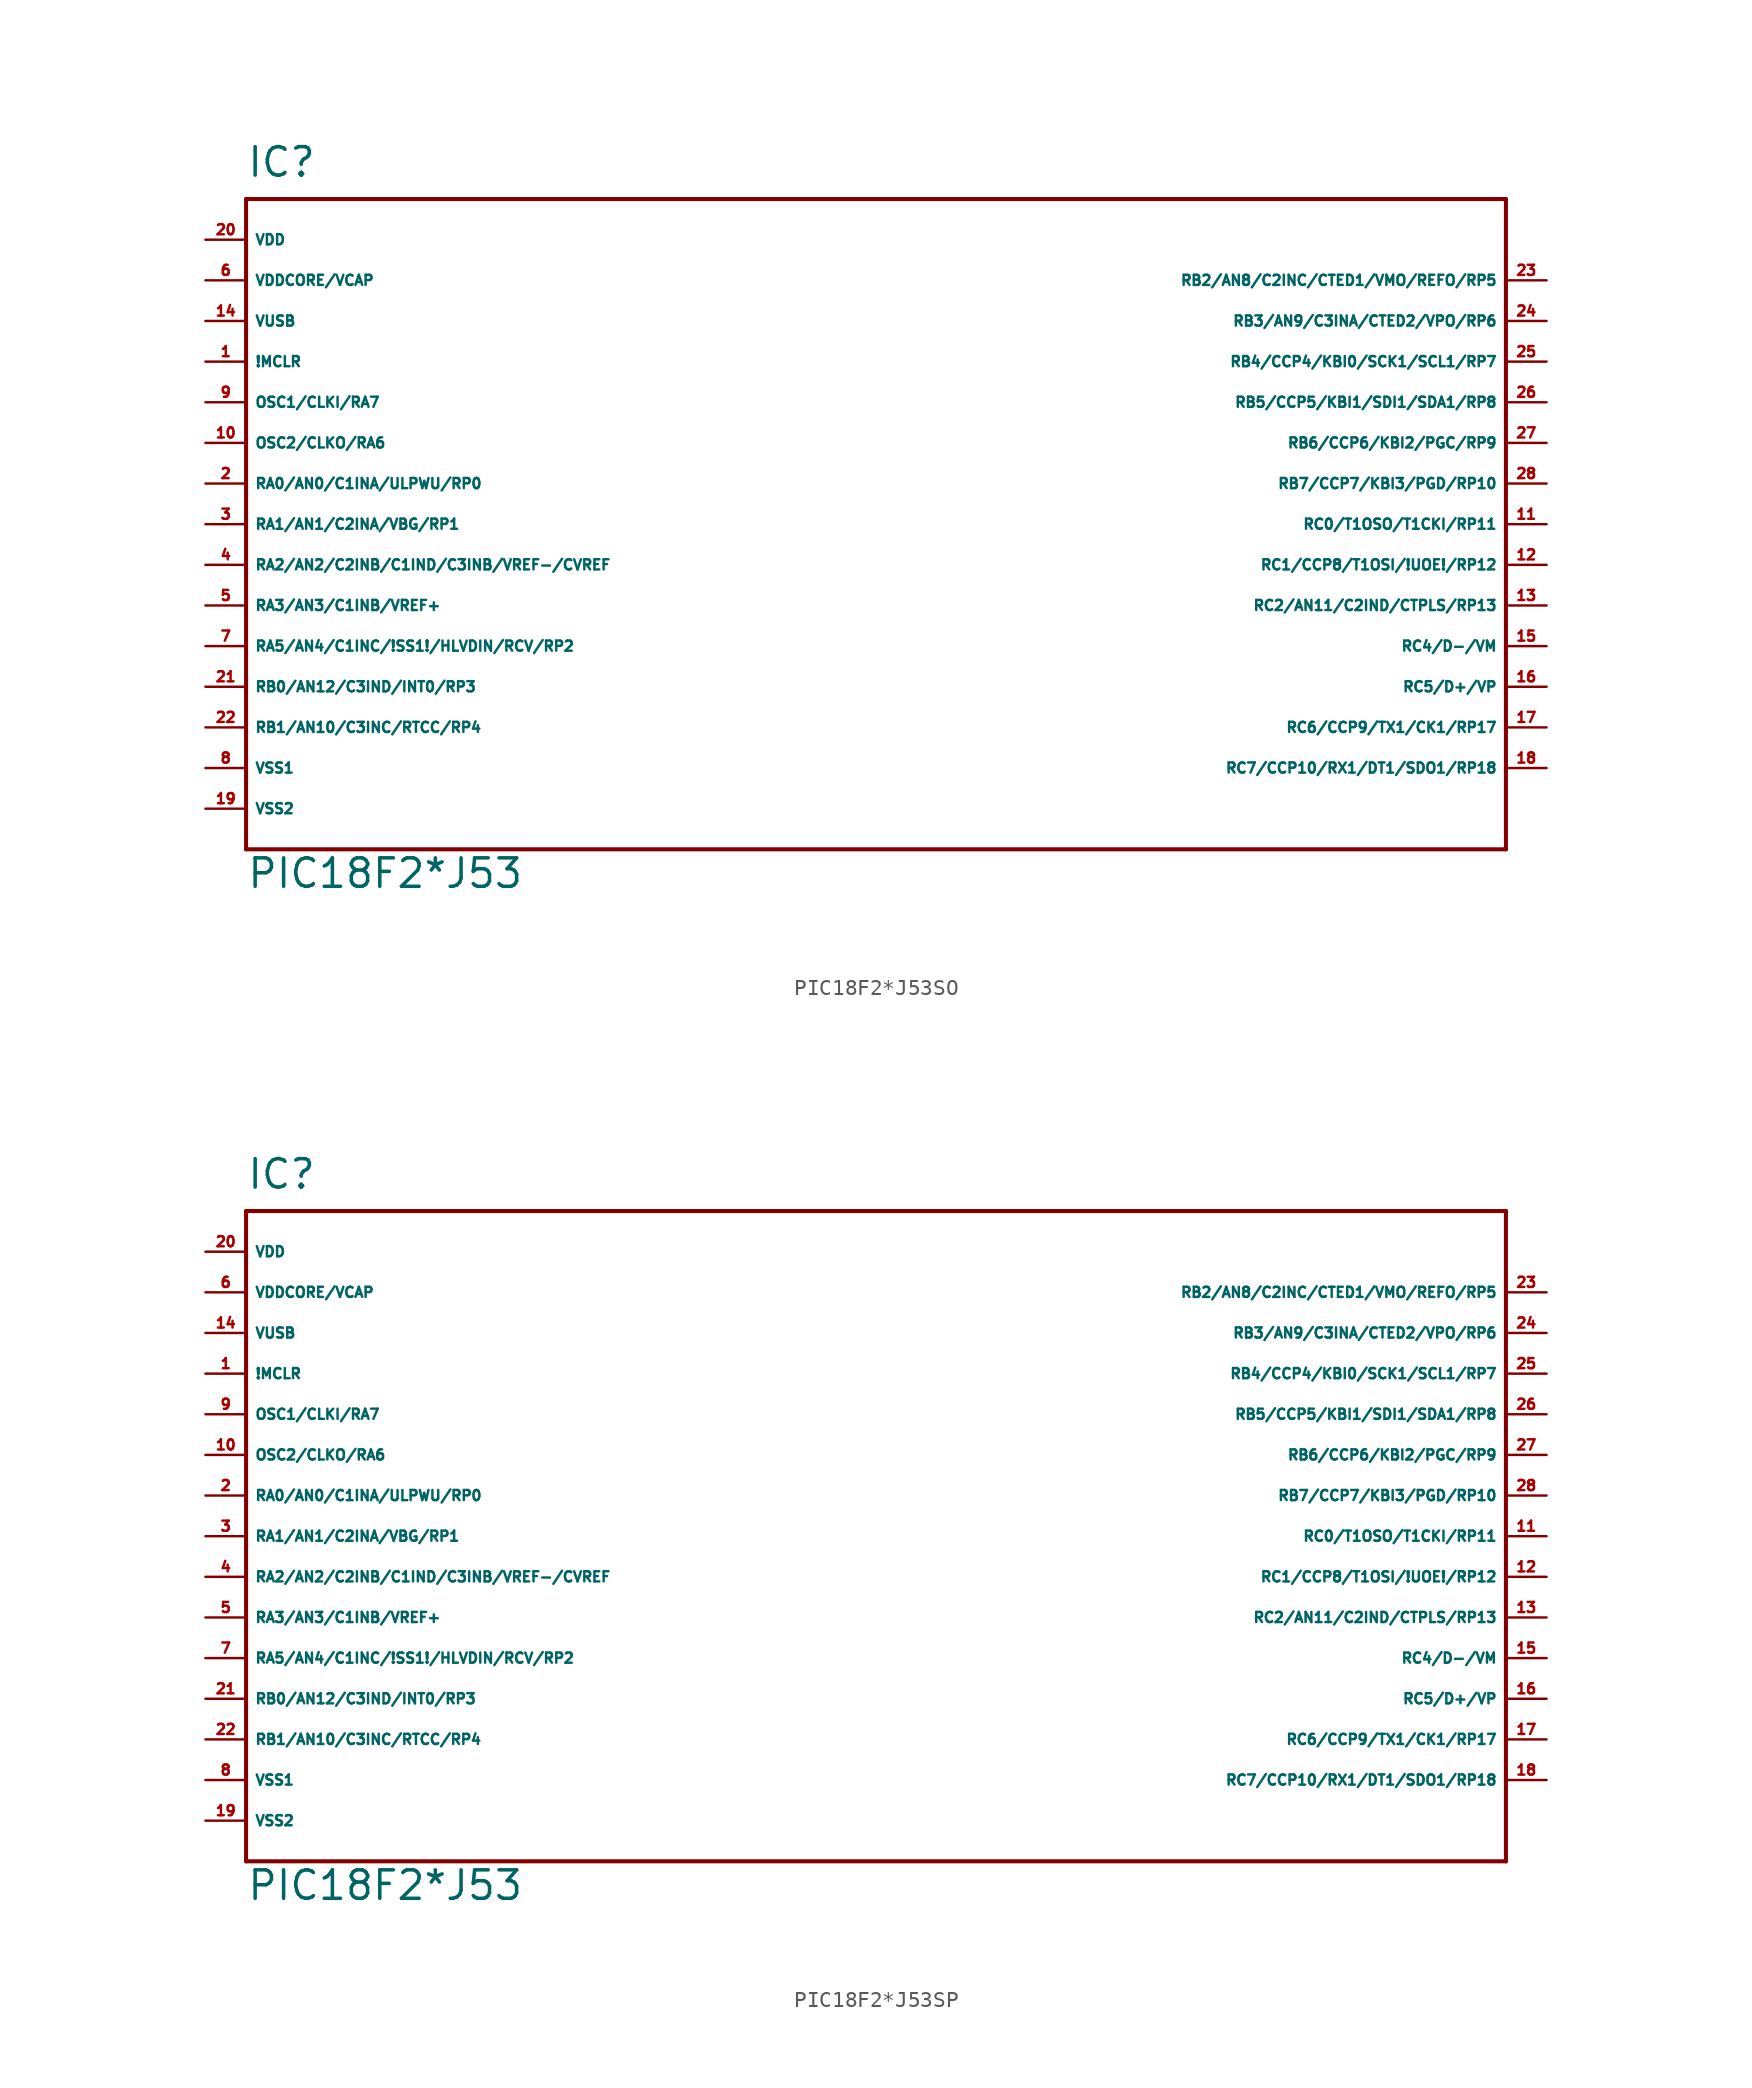
<source format=kicad_sym>
(kicad_symbol_lib
  (version 20220914)
  (generator Eagle2Kicad)
  (symbol "PIC18F2*J53SO"
    (property "Reference" "IC"
      (at -38.1 21.59 0)
      (effects (font (size 1.778 1.778) (thickness 0.22)) (justify left bottom)))
    (property "Value" "PIC18F2*J53"
      (at -38.1 -22.86 0)
      (effects (font (size 1.778 1.778) (thickness 0.22)) (justify left bottom)))
    (polyline
      (pts (xy -38.1 20.32) (xy 40.64 20.32))
      (stroke (width 0.254) (type default))
      (fill (type none)))
    (polyline
      (pts (xy 40.64 20.32) (xy 40.64 -20.32))
      (stroke (width 0.254) (type default))
      (fill (type none)))
    (polyline
      (pts (xy 40.64 -20.32) (xy -38.1 -20.32))
      (stroke (width 0.254) (type default))
      (fill (type none)))
    (polyline
      (pts (xy -38.1 -20.32) (xy -38.1 20.32))
      (stroke (width 0.254) (type default))
      (fill (type none)))
    (pin input line
      (at -40.64 10.16 0)
      (length 2.54)
      (name "!MCLR" (effects (font (size 0.635 0.635) (thickness 0.08)) (justify left bottom)))
      (number "1" (effects (font (size 0.635 0.635) (thickness 0.08)) (justify left bottom))))
    (pin bidirectional line
      (at -40.64 7.62 0)
      (length 2.54)
      (name "OSC1/CLKI/RA7" (effects (font (size 0.635 0.635) (thickness 0.08)) (justify left bottom)))
      (number "9" (effects (font (size 0.635 0.635) (thickness 0.08)) (justify left bottom))))
    (pin bidirectional line
      (at -40.64 5.08 0)
      (length 2.54)
      (name "OSC2/CLKO/RA6" (effects (font (size 0.635 0.635) (thickness 0.08)) (justify left bottom)))
      (number "10" (effects (font (size 0.635 0.635) (thickness 0.08)) (justify left bottom))))
    (pin bidirectional line
      (at -40.64 2.54 0)
      (length 2.54)
      (name "RA0/AN0/C1INA/ULPWU/RP0" (effects (font (size 0.635 0.635) (thickness 0.08)) (justify left bottom)))
      (number "2" (effects (font (size 0.635 0.635) (thickness 0.08)) (justify left bottom))))
    (pin bidirectional line
      (at -40.64 0 0)
      (length 2.54)
      (name "RA1/AN1/C2INA/VBG/RP1" (effects (font (size 0.635 0.635) (thickness 0.08)) (justify left bottom)))
      (number "3" (effects (font (size 0.635 0.635) (thickness 0.08)) (justify left bottom))))
    (pin bidirectional line
      (at -40.64 -2.54 0)
      (length 2.54)
      (name "RA2/AN2/C2INB/C1IND/C3INB/VREF-/CVREF" (effects (font (size 0.635 0.635) (thickness 0.08)) (justify left bottom)))
      (number "4" (effects (font (size 0.635 0.635) (thickness 0.08)) (justify left bottom))))
    (pin bidirectional line
      (at -40.64 -5.08 0)
      (length 2.54)
      (name "RA3/AN3/C1INB/VREF+" (effects (font (size 0.635 0.635) (thickness 0.08)) (justify left bottom)))
      (number "5" (effects (font (size 0.635 0.635) (thickness 0.08)) (justify left bottom))))
    (pin bidirectional line
      (at -40.64 -7.62 0)
      (length 2.54)
      (name "RA5/AN4/C1INC/!SS1!/HLVDIN/RCV/RP2" (effects (font (size 0.635 0.635) (thickness 0.08)) (justify left bottom)))
      (number "7" (effects (font (size 0.635 0.635) (thickness 0.08)) (justify left bottom))))
    (pin bidirectional line
      (at -40.64 -10.16 0)
      (length 2.54)
      (name "RB0/AN12/C3IND/INT0/RP3" (effects (font (size 0.635 0.635) (thickness 0.08)) (justify left bottom)))
      (number "21" (effects (font (size 0.635 0.635) (thickness 0.08)) (justify left bottom))))
    (pin bidirectional line
      (at -40.64 -12.7 0)
      (length 2.54)
      (name "RB1/AN10/C3INC/RTCC/RP4" (effects (font (size 0.635 0.635) (thickness 0.08)) (justify left bottom)))
      (number "22" (effects (font (size 0.635 0.635) (thickness 0.08)) (justify left bottom))))
    (pin bidirectional line
      (at 43.18 15.24 180)
      (length 2.54)
      (name "RB2/AN8/C2INC/CTED1/VMO/REFO/RP5" (effects (font (size 0.635 0.635) (thickness 0.08)) (justify left bottom)))
      (number "23" (effects (font (size 0.635 0.635) (thickness 0.08)) (justify left bottom))))
    (pin bidirectional line
      (at 43.18 12.7 180)
      (length 2.54)
      (name "RB3/AN9/C3INA/CTED2/VPO/RP6" (effects (font (size 0.635 0.635) (thickness 0.08)) (justify left bottom)))
      (number "24" (effects (font (size 0.635 0.635) (thickness 0.08)) (justify left bottom))))
    (pin bidirectional line
      (at 43.18 10.16 180)
      (length 2.54)
      (name "RB4/CCP4/KBI0/SCK1/SCL1/RP7" (effects (font (size 0.635 0.635) (thickness 0.08)) (justify left bottom)))
      (number "25" (effects (font (size 0.635 0.635) (thickness 0.08)) (justify left bottom))))
    (pin bidirectional line
      (at 43.18 7.62 180)
      (length 2.54)
      (name "RB5/CCP5/KBI1/SDI1/SDA1/RP8" (effects (font (size 0.635 0.635) (thickness 0.08)) (justify left bottom)))
      (number "26" (effects (font (size 0.635 0.635) (thickness 0.08)) (justify left bottom))))
    (pin bidirectional line
      (at 43.18 5.08 180)
      (length 2.54)
      (name "RB6/CCP6/KBI2/PGC/RP9" (effects (font (size 0.635 0.635) (thickness 0.08)) (justify left bottom)))
      (number "27" (effects (font (size 0.635 0.635) (thickness 0.08)) (justify left bottom))))
    (pin bidirectional line
      (at 43.18 2.54 180)
      (length 2.54)
      (name "RB7/CCP7/KBI3/PGD/RP10" (effects (font (size 0.635 0.635) (thickness 0.08)) (justify left bottom)))
      (number "28" (effects (font (size 0.635 0.635) (thickness 0.08)) (justify left bottom))))
    (pin bidirectional line
      (at 43.18 0 180)
      (length 2.54)
      (name "RC0/T1OSO/T1CKI/RP11" (effects (font (size 0.635 0.635) (thickness 0.08)) (justify left bottom)))
      (number "11" (effects (font (size 0.635 0.635) (thickness 0.08)) (justify left bottom))))
    (pin bidirectional line
      (at 43.18 -2.54 180)
      (length 2.54)
      (name "RC1/CCP8/T1OSI/!UOE!/RP12" (effects (font (size 0.635 0.635) (thickness 0.08)) (justify left bottom)))
      (number "12" (effects (font (size 0.635 0.635) (thickness 0.08)) (justify left bottom))))
    (pin bidirectional line
      (at 43.18 -5.08 180)
      (length 2.54)
      (name "RC2/AN11/C2IND/CTPLS/RP13" (effects (font (size 0.635 0.635) (thickness 0.08)) (justify left bottom)))
      (number "13" (effects (font (size 0.635 0.635) (thickness 0.08)) (justify left bottom))))
    (pin bidirectional line
      (at 43.18 -7.62 180)
      (length 2.54)
      (name "RC4/D-/VM" (effects (font (size 0.635 0.635) (thickness 0.08)) (justify left bottom)))
      (number "15" (effects (font (size 0.635 0.635) (thickness 0.08)) (justify left bottom))))
    (pin bidirectional line
      (at 43.18 -10.16 180)
      (length 2.54)
      (name "RC5/D+/VP" (effects (font (size 0.635 0.635) (thickness 0.08)) (justify left bottom)))
      (number "16" (effects (font (size 0.635 0.635) (thickness 0.08)) (justify left bottom))))
    (pin bidirectional line
      (at 43.18 -12.7 180)
      (length 2.54)
      (name "RC6/CCP9/TX1/CK1/RP17" (effects (font (size 0.635 0.635) (thickness 0.08)) (justify left bottom)))
      (number "17" (effects (font (size 0.635 0.635) (thickness 0.08)) (justify left bottom))))
    (pin bidirectional line
      (at 43.18 -15.24 180)
      (length 2.54)
      (name "RC7/CCP10/RX1/DT1/SDO1/RP18" (effects (font (size 0.635 0.635) (thickness 0.08)) (justify left bottom)))
      (number "18" (effects (font (size 0.635 0.635) (thickness 0.08)) (justify left bottom))))
    (pin input line
      (at -40.64 -15.24 0)
      (length 2.54)
      (name "VSS1" (effects (font (size 0.635 0.635) (thickness 0.08)) (justify left bottom)))
      (number "8" (effects (font (size 0.635 0.635) (thickness 0.08)) (justify left bottom))))
    (pin input line
      (at -40.64 -17.78 0)
      (length 2.54)
      (name "VSS2" (effects (font (size 0.635 0.635) (thickness 0.08)) (justify left bottom)))
      (number "19" (effects (font (size 0.635 0.635) (thickness 0.08)) (justify left bottom))))
    (pin input line
      (at -40.64 17.78 0)
      (length 2.54)
      (name "VDD" (effects (font (size 0.635 0.635) (thickness 0.08)) (justify left bottom)))
      (number "20" (effects (font (size 0.635 0.635) (thickness 0.08)) (justify left bottom))))
    (pin input line
      (at -40.64 15.24 0)
      (length 2.54)
      (name "VDDCORE/VCAP" (effects (font (size 0.635 0.635) (thickness 0.08)) (justify left bottom)))
      (number "6" (effects (font (size 0.635 0.635) (thickness 0.08)) (justify left bottom))))
    (pin input line
      (at -40.64 12.7 0)
      (length 2.54)
      (name "VUSB" (effects (font (size 0.635 0.635) (thickness 0.08)) (justify left bottom)))
      (number "14" (effects (font (size 0.635 0.635) (thickness 0.08)) (justify left bottom)))))
  (symbol "PIC18F2*J53SP"
    (property "Reference" "IC"
      (at -38.1 21.59 0)
      (effects (font (size 1.778 1.778) (thickness 0.22)) (justify left bottom)))
    (property "Value" "PIC18F2*J53"
      (at -38.1 -22.86 0)
      (effects (font (size 1.778 1.778) (thickness 0.22)) (justify left bottom)))
    (polyline
      (pts (xy -38.1 20.32) (xy 40.64 20.32))
      (stroke (width 0.254) (type default))
      (fill (type none)))
    (polyline
      (pts (xy 40.64 20.32) (xy 40.64 -20.32))
      (stroke (width 0.254) (type default))
      (fill (type none)))
    (polyline
      (pts (xy 40.64 -20.32) (xy -38.1 -20.32))
      (stroke (width 0.254) (type default))
      (fill (type none)))
    (polyline
      (pts (xy -38.1 -20.32) (xy -38.1 20.32))
      (stroke (width 0.254) (type default))
      (fill (type none)))
    (pin input line
      (at -40.64 10.16 0)
      (length 2.54)
      (name "!MCLR" (effects (font (size 0.635 0.635) (thickness 0.08)) (justify left bottom)))
      (number "1" (effects (font (size 0.635 0.635) (thickness 0.08)) (justify left bottom))))
    (pin bidirectional line
      (at -40.64 7.62 0)
      (length 2.54)
      (name "OSC1/CLKI/RA7" (effects (font (size 0.635 0.635) (thickness 0.08)) (justify left bottom)))
      (number "9" (effects (font (size 0.635 0.635) (thickness 0.08)) (justify left bottom))))
    (pin bidirectional line
      (at -40.64 5.08 0)
      (length 2.54)
      (name "OSC2/CLKO/RA6" (effects (font (size 0.635 0.635) (thickness 0.08)) (justify left bottom)))
      (number "10" (effects (font (size 0.635 0.635) (thickness 0.08)) (justify left bottom))))
    (pin bidirectional line
      (at -40.64 2.54 0)
      (length 2.54)
      (name "RA0/AN0/C1INA/ULPWU/RP0" (effects (font (size 0.635 0.635) (thickness 0.08)) (justify left bottom)))
      (number "2" (effects (font (size 0.635 0.635) (thickness 0.08)) (justify left bottom))))
    (pin bidirectional line
      (at -40.64 0 0)
      (length 2.54)
      (name "RA1/AN1/C2INA/VBG/RP1" (effects (font (size 0.635 0.635) (thickness 0.08)) (justify left bottom)))
      (number "3" (effects (font (size 0.635 0.635) (thickness 0.08)) (justify left bottom))))
    (pin bidirectional line
      (at -40.64 -2.54 0)
      (length 2.54)
      (name "RA2/AN2/C2INB/C1IND/C3INB/VREF-/CVREF" (effects (font (size 0.635 0.635) (thickness 0.08)) (justify left bottom)))
      (number "4" (effects (font (size 0.635 0.635) (thickness 0.08)) (justify left bottom))))
    (pin bidirectional line
      (at -40.64 -5.08 0)
      (length 2.54)
      (name "RA3/AN3/C1INB/VREF+" (effects (font (size 0.635 0.635) (thickness 0.08)) (justify left bottom)))
      (number "5" (effects (font (size 0.635 0.635) (thickness 0.08)) (justify left bottom))))
    (pin bidirectional line
      (at -40.64 -7.62 0)
      (length 2.54)
      (name "RA5/AN4/C1INC/!SS1!/HLVDIN/RCV/RP2" (effects (font (size 0.635 0.635) (thickness 0.08)) (justify left bottom)))
      (number "7" (effects (font (size 0.635 0.635) (thickness 0.08)) (justify left bottom))))
    (pin bidirectional line
      (at -40.64 -10.16 0)
      (length 2.54)
      (name "RB0/AN12/C3IND/INT0/RP3" (effects (font (size 0.635 0.635) (thickness 0.08)) (justify left bottom)))
      (number "21" (effects (font (size 0.635 0.635) (thickness 0.08)) (justify left bottom))))
    (pin bidirectional line
      (at -40.64 -12.7 0)
      (length 2.54)
      (name "RB1/AN10/C3INC/RTCC/RP4" (effects (font (size 0.635 0.635) (thickness 0.08)) (justify left bottom)))
      (number "22" (effects (font (size 0.635 0.635) (thickness 0.08)) (justify left bottom))))
    (pin bidirectional line
      (at 43.18 15.24 180)
      (length 2.54)
      (name "RB2/AN8/C2INC/CTED1/VMO/REFO/RP5" (effects (font (size 0.635 0.635) (thickness 0.08)) (justify left bottom)))
      (number "23" (effects (font (size 0.635 0.635) (thickness 0.08)) (justify left bottom))))
    (pin bidirectional line
      (at 43.18 12.7 180)
      (length 2.54)
      (name "RB3/AN9/C3INA/CTED2/VPO/RP6" (effects (font (size 0.635 0.635) (thickness 0.08)) (justify left bottom)))
      (number "24" (effects (font (size 0.635 0.635) (thickness 0.08)) (justify left bottom))))
    (pin bidirectional line
      (at 43.18 10.16 180)
      (length 2.54)
      (name "RB4/CCP4/KBI0/SCK1/SCL1/RP7" (effects (font (size 0.635 0.635) (thickness 0.08)) (justify left bottom)))
      (number "25" (effects (font (size 0.635 0.635) (thickness 0.08)) (justify left bottom))))
    (pin bidirectional line
      (at 43.18 7.62 180)
      (length 2.54)
      (name "RB5/CCP5/KBI1/SDI1/SDA1/RP8" (effects (font (size 0.635 0.635) (thickness 0.08)) (justify left bottom)))
      (number "26" (effects (font (size 0.635 0.635) (thickness 0.08)) (justify left bottom))))
    (pin bidirectional line
      (at 43.18 5.08 180)
      (length 2.54)
      (name "RB6/CCP6/KBI2/PGC/RP9" (effects (font (size 0.635 0.635) (thickness 0.08)) (justify left bottom)))
      (number "27" (effects (font (size 0.635 0.635) (thickness 0.08)) (justify left bottom))))
    (pin bidirectional line
      (at 43.18 2.54 180)
      (length 2.54)
      (name "RB7/CCP7/KBI3/PGD/RP10" (effects (font (size 0.635 0.635) (thickness 0.08)) (justify left bottom)))
      (number "28" (effects (font (size 0.635 0.635) (thickness 0.08)) (justify left bottom))))
    (pin bidirectional line
      (at 43.18 0 180)
      (length 2.54)
      (name "RC0/T1OSO/T1CKI/RP11" (effects (font (size 0.635 0.635) (thickness 0.08)) (justify left bottom)))
      (number "11" (effects (font (size 0.635 0.635) (thickness 0.08)) (justify left bottom))))
    (pin bidirectional line
      (at 43.18 -2.54 180)
      (length 2.54)
      (name "RC1/CCP8/T1OSI/!UOE!/RP12" (effects (font (size 0.635 0.635) (thickness 0.08)) (justify left bottom)))
      (number "12" (effects (font (size 0.635 0.635) (thickness 0.08)) (justify left bottom))))
    (pin bidirectional line
      (at 43.18 -5.08 180)
      (length 2.54)
      (name "RC2/AN11/C2IND/CTPLS/RP13" (effects (font (size 0.635 0.635) (thickness 0.08)) (justify left bottom)))
      (number "13" (effects (font (size 0.635 0.635) (thickness 0.08)) (justify left bottom))))
    (pin bidirectional line
      (at 43.18 -7.62 180)
      (length 2.54)
      (name "RC4/D-/VM" (effects (font (size 0.635 0.635) (thickness 0.08)) (justify left bottom)))
      (number "15" (effects (font (size 0.635 0.635) (thickness 0.08)) (justify left bottom))))
    (pin bidirectional line
      (at 43.18 -10.16 180)
      (length 2.54)
      (name "RC5/D+/VP" (effects (font (size 0.635 0.635) (thickness 0.08)) (justify left bottom)))
      (number "16" (effects (font (size 0.635 0.635) (thickness 0.08)) (justify left bottom))))
    (pin bidirectional line
      (at 43.18 -12.7 180)
      (length 2.54)
      (name "RC6/CCP9/TX1/CK1/RP17" (effects (font (size 0.635 0.635) (thickness 0.08)) (justify left bottom)))
      (number "17" (effects (font (size 0.635 0.635) (thickness 0.08)) (justify left bottom))))
    (pin bidirectional line
      (at 43.18 -15.24 180)
      (length 2.54)
      (name "RC7/CCP10/RX1/DT1/SDO1/RP18" (effects (font (size 0.635 0.635) (thickness 0.08)) (justify left bottom)))
      (number "18" (effects (font (size 0.635 0.635) (thickness 0.08)) (justify left bottom))))
    (pin input line
      (at -40.64 -15.24 0)
      (length 2.54)
      (name "VSS1" (effects (font (size 0.635 0.635) (thickness 0.08)) (justify left bottom)))
      (number "8" (effects (font (size 0.635 0.635) (thickness 0.08)) (justify left bottom))))
    (pin input line
      (at -40.64 -17.78 0)
      (length 2.54)
      (name "VSS2" (effects (font (size 0.635 0.635) (thickness 0.08)) (justify left bottom)))
      (number "19" (effects (font (size 0.635 0.635) (thickness 0.08)) (justify left bottom))))
    (pin input line
      (at -40.64 17.78 0)
      (length 2.54)
      (name "VDD" (effects (font (size 0.635 0.635) (thickness 0.08)) (justify left bottom)))
      (number "20" (effects (font (size 0.635 0.635) (thickness 0.08)) (justify left bottom))))
    (pin input line
      (at -40.64 15.24 0)
      (length 2.54)
      (name "VDDCORE/VCAP" (effects (font (size 0.635 0.635) (thickness 0.08)) (justify left bottom)))
      (number "6" (effects (font (size 0.635 0.635) (thickness 0.08)) (justify left bottom))))
    (pin input line
      (at -40.64 12.7 0)
      (length 2.54)
      (name "VUSB" (effects (font (size 0.635 0.635) (thickness 0.08)) (justify left bottom)))
      (number "14" (effects (font (size 0.635 0.635) (thickness 0.08)) (justify left bottom))))))
</source>
